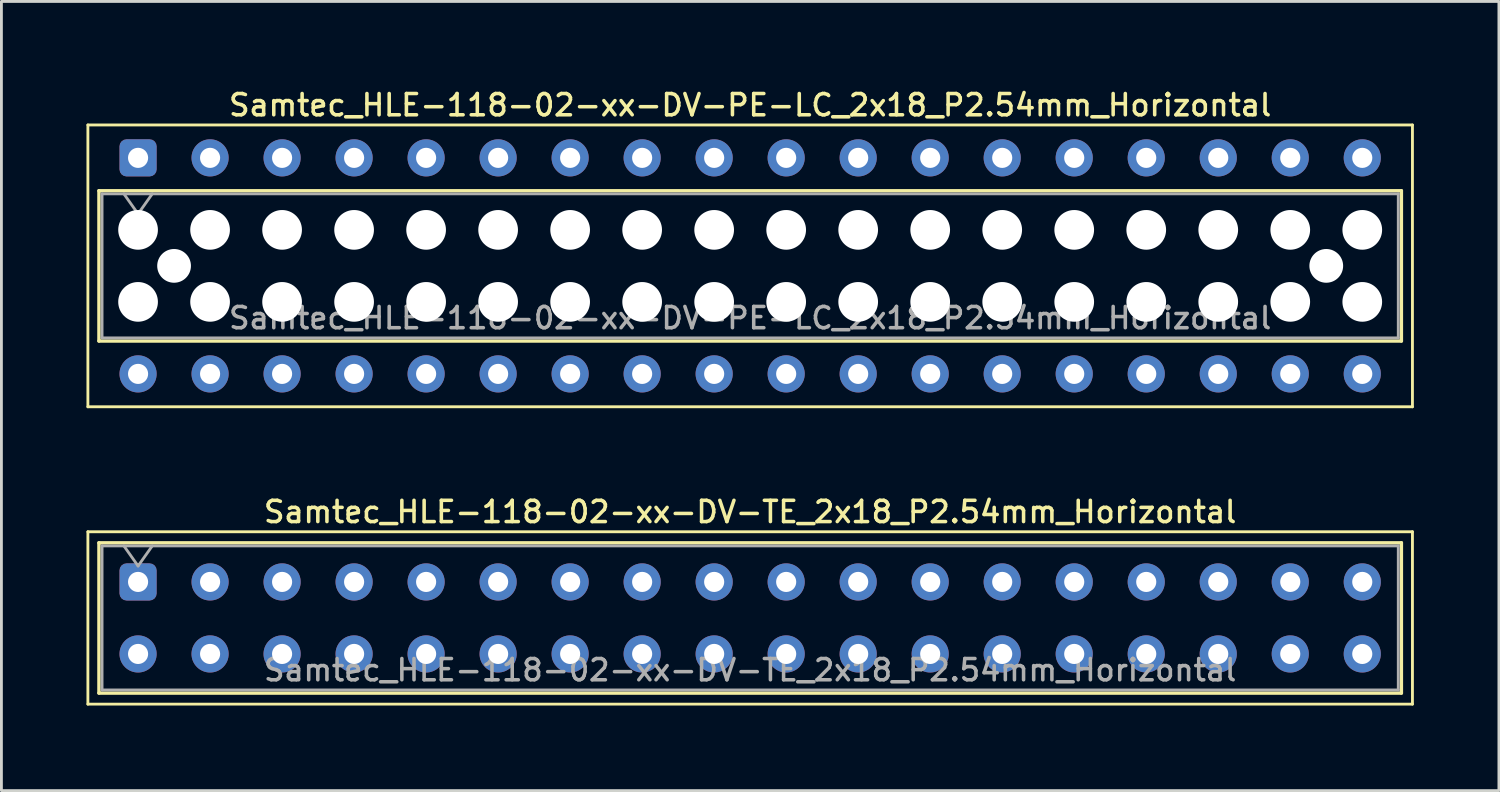
<source format=kicad_pcb>
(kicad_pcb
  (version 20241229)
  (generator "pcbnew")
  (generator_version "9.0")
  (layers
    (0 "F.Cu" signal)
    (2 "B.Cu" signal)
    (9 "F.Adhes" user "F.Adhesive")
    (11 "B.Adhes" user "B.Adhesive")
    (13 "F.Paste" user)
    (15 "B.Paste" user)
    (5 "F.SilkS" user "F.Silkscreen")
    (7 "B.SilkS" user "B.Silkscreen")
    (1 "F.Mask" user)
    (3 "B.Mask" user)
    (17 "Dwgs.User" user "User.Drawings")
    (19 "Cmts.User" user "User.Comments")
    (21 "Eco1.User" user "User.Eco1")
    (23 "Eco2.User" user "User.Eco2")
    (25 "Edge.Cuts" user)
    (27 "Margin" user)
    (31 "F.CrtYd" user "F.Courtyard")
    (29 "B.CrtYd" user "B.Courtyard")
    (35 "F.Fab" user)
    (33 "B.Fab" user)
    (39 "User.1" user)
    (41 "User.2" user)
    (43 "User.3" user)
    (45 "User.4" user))
  (footprint "Samtec_HLE-118-02-xx-DV-TE_2x18_P2.54mm_Horizontal"
    (layer "F.Cu")
    (at 1.82 17.476)
    (property "Reference" "Samtec_HLE-118-02-xx-DV-TE_2x18_P2.54mm_Horizontal" (at 21.59 -2.47 0) (layer "F.SilkS") (effects (font (size 0.75 0.75) (thickness 0.125))))
    (attr through_hole)
    (fp_line (start -1.77 -1.77) (end 44.95 -1.77) (stroke (width 0.1) (type solid)) (layer "F.SilkS"))
    (fp_line (start -1.77 4.31) (end -1.77 -1.77) (stroke (width 0.1) (type solid)) (layer "F.SilkS"))
    (fp_line (start -1.38 -1.38) (end 44.56 -1.38) (stroke (width 0.12) (type solid)) (layer "F.SilkS"))
    (fp_line (start -1.38 3.92) (end -1.38 -1.38) (stroke (width 0.12) (type solid)) (layer "F.SilkS"))
    (fp_line (start 44.56 -1.38) (end 44.56 3.92) (stroke (width 0.12) (type solid)) (layer "F.SilkS"))
    (fp_line (start 44.56 3.92) (end -1.38 3.92) (stroke (width 0.12) (type solid)) (layer "F.SilkS"))
    (fp_line (start 44.95 -1.77) (end 44.95 4.31) (stroke (width 0.1) (type solid)) (layer "F.SilkS"))
    (fp_line (start 44.95 4.31) (end -1.77 4.31) (stroke (width 0.1) (type solid)) (layer "F.SilkS"))
    (fp_line (start -1.27 -1.27) (end 44.45 -1.27) (stroke (width 0.1) (type solid)) (layer "F.Fab"))
    (fp_line (start -1.27 3.81) (end -1.27 -1.27) (stroke (width 0.1) (type solid)) (layer "F.Fab"))
    (fp_line (start -0.5 -1.27) (end 0 -0.563) (stroke (width 0.1) (type solid)) (layer "F.Fab"))
    (fp_line (start 0 -0.563) (end 0.5 -1.27) (stroke (width 0.1) (type solid)) (layer "F.Fab"))
    (fp_line (start 44.45 -1.27) (end 44.45 3.81) (stroke (width 0.1) (type solid)) (layer "F.Fab"))
    (fp_line (start 44.45 3.81) (end -1.27 3.81) (stroke (width 0.1) (type solid)) (layer "F.Fab"))
    (fp_text user "${REFERENCE}" (at 21.59 3.11 0) (layer "F.Fab") (effects (font (size 0.75 0.75) (thickness 0.125))))
    (pad "1" thru_hole roundrect (at 0 0) (size 1.31 1.31) (drill 0.71) (layers "*.Cu" "*.Mask") (roundrect_rratio 0.191))
    (pad "2" thru_hole circle (at 0 2.54) (size 1.31 1.31) (drill 0.71) (layers "*.Cu" "*.Mask"))
    (pad "3" thru_hole circle (at 2.54 0) (size 1.31 1.31) (drill 0.71) (layers "*.Cu" "*.Mask"))
    (pad "4" thru_hole circle (at 2.54 2.54) (size 1.31 1.31) (drill 0.71) (layers "*.Cu" "*.Mask"))
    (pad "5" thru_hole circle (at 5.08 0) (size 1.31 1.31) (drill 0.71) (layers "*.Cu" "*.Mask"))
    (pad "6" thru_hole circle (at 5.08 2.54) (size 1.31 1.31) (drill 0.71) (layers "*.Cu" "*.Mask"))
    (pad "7" thru_hole circle (at 7.62 0) (size 1.31 1.31) (drill 0.71) (layers "*.Cu" "*.Mask"))
    (pad "8" thru_hole circle (at 7.62 2.54) (size 1.31 1.31) (drill 0.71) (layers "*.Cu" "*.Mask"))
    (pad "9" thru_hole circle (at 10.16 0) (size 1.31 1.31) (drill 0.71) (layers "*.Cu" "*.Mask"))
    (pad "10" thru_hole circle (at 10.16 2.54) (size 1.31 1.31) (drill 0.71) (layers "*.Cu" "*.Mask"))
    (pad "11" thru_hole circle (at 12.7 0) (size 1.31 1.31) (drill 0.71) (layers "*.Cu" "*.Mask"))
    (pad "12" thru_hole circle (at 12.7 2.54) (size 1.31 1.31) (drill 0.71) (layers "*.Cu" "*.Mask"))
    (pad "13" thru_hole circle (at 15.24 0) (size 1.31 1.31) (drill 0.71) (layers "*.Cu" "*.Mask"))
    (pad "14" thru_hole circle (at 15.24 2.54) (size 1.31 1.31) (drill 0.71) (layers "*.Cu" "*.Mask"))
    (pad "15" thru_hole circle (at 17.78 0) (size 1.31 1.31) (drill 0.71) (layers "*.Cu" "*.Mask"))
    (pad "16" thru_hole circle (at 17.78 2.54) (size 1.31 1.31) (drill 0.71) (layers "*.Cu" "*.Mask"))
    (pad "17" thru_hole circle (at 20.32 0) (size 1.31 1.31) (drill 0.71) (layers "*.Cu" "*.Mask"))
    (pad "18" thru_hole circle (at 20.32 2.54) (size 1.31 1.31) (drill 0.71) (layers "*.Cu" "*.Mask"))
    (pad "19" thru_hole circle (at 22.86 0) (size 1.31 1.31) (drill 0.71) (layers "*.Cu" "*.Mask"))
    (pad "20" thru_hole circle (at 22.86 2.54) (size 1.31 1.31) (drill 0.71) (layers "*.Cu" "*.Mask"))
    (pad "21" thru_hole circle (at 25.4 0) (size 1.31 1.31) (drill 0.71) (layers "*.Cu" "*.Mask"))
    (pad "22" thru_hole circle (at 25.4 2.54) (size 1.31 1.31) (drill 0.71) (layers "*.Cu" "*.Mask"))
    (pad "23" thru_hole circle (at 27.94 0) (size 1.31 1.31) (drill 0.71) (layers "*.Cu" "*.Mask"))
    (pad "24" thru_hole circle (at 27.94 2.54) (size 1.31 1.31) (drill 0.71) (layers "*.Cu" "*.Mask"))
    (pad "25" thru_hole circle (at 30.48 0) (size 1.31 1.31) (drill 0.71) (layers "*.Cu" "*.Mask"))
    (pad "26" thru_hole circle (at 30.48 2.54) (size 1.31 1.31) (drill 0.71) (layers "*.Cu" "*.Mask"))
    (pad "27" thru_hole circle (at 33.02 0) (size 1.31 1.31) (drill 0.71) (layers "*.Cu" "*.Mask"))
    (pad "28" thru_hole circle (at 33.02 2.54) (size 1.31 1.31) (drill 0.71) (layers "*.Cu" "*.Mask"))
    (pad "29" thru_hole circle (at 35.56 0) (size 1.31 1.31) (drill 0.71) (layers "*.Cu" "*.Mask"))
    (pad "30" thru_hole circle (at 35.56 2.54) (size 1.31 1.31) (drill 0.71) (layers "*.Cu" "*.Mask"))
    (pad "31" thru_hole circle (at 38.1 0) (size 1.31 1.31) (drill 0.71) (layers "*.Cu" "*.Mask"))
    (pad "32" thru_hole circle (at 38.1 2.54) (size 1.31 1.31) (drill 0.71) (layers "*.Cu" "*.Mask"))
    (pad "33" thru_hole circle (at 40.64 0) (size 1.31 1.31) (drill 0.71) (layers "*.Cu" "*.Mask"))
    (pad "34" thru_hole circle (at 40.64 2.54) (size 1.31 1.31) (drill 0.71) (layers "*.Cu" "*.Mask"))
    (pad "35" thru_hole circle (at 43.18 0) (size 1.31 1.31) (drill 0.71) (layers "*.Cu" "*.Mask"))
    (pad "36" thru_hole circle (at 43.18 2.54) (size 1.31 1.31) (drill 0.71) (layers "*.Cu" "*.Mask")))
  (footprint "Samtec_HLE-118-02-xx-DV-PE-LC_2x18_P2.54mm_Horizontal"
    (layer "F.Cu")
    (at 1.82 2.518)
    (property "Reference" "Samtec_HLE-118-02-xx-DV-PE-LC_2x18_P2.54mm_Horizontal" (at 21.59 -1.86 0) (layer "F.SilkS") (effects (font (size 0.75 0.75) (thickness 0.125))))
    (attr through_hole)
    (fp_line (start -1.77 -1.16) (end 44.95 -1.16) (stroke (width 0.1) (type solid)) (layer "F.SilkS"))
    (fp_line (start -1.77 8.78) (end -1.77 -1.16) (stroke (width 0.1) (type solid)) (layer "F.SilkS"))
    (fp_line (start -1.38 1.16) (end 44.56 1.16) (stroke (width 0.12) (type solid)) (layer "F.SilkS"))
    (fp_line (start -1.38 6.46) (end -1.38 1.16) (stroke (width 0.12) (type solid)) (layer "F.SilkS"))
    (fp_line (start 44.56 1.16) (end 44.56 6.46) (stroke (width 0.12) (type solid)) (layer "F.SilkS"))
    (fp_line (start 44.56 6.46) (end -1.38 6.46) (stroke (width 0.12) (type solid)) (layer "F.SilkS"))
    (fp_line (start 44.95 -1.16) (end 44.95 8.78) (stroke (width 0.1) (type solid)) (layer "F.SilkS"))
    (fp_line (start 44.95 8.78) (end -1.77 8.78) (stroke (width 0.1) (type solid)) (layer "F.SilkS"))
    (fp_line (start -1.27 1.27) (end 44.45 1.27) (stroke (width 0.1) (type solid)) (layer "F.Fab"))
    (fp_line (start -1.27 6.35) (end -1.27 1.27) (stroke (width 0.1) (type solid)) (layer "F.Fab"))
    (fp_line (start -0.5 1.27) (end 0 1.977) (stroke (width 0.1) (type solid)) (layer "F.Fab"))
    (fp_line (start 0 1.977) (end 0.5 1.27) (stroke (width 0.1) (type solid)) (layer "F.Fab"))
    (fp_line (start 44.45 1.27) (end 44.45 6.35) (stroke (width 0.1) (type solid)) (layer "F.Fab"))
    (fp_line (start 44.45 6.35) (end -1.27 6.35) (stroke (width 0.1) (type solid)) (layer "F.Fab"))
    (fp_text user "${REFERENCE}" (at 21.59 5.65 0) (layer "F.Fab") (effects (font (size 0.75 0.75) (thickness 0.125))))
    (pad "" np_thru_hole circle (at 0 2.54) (size 1.4 1.4) (drill 1.4) (layers "*.Cu" "*.Mask"))
    (pad "" np_thru_hole circle (at 0 5.08) (size 1.4 1.4) (drill 1.4) (layers "*.Cu" "*.Mask"))
    (pad "" np_thru_hole circle (at 1.27 3.81) (size 1.19 1.19) (drill 1.19) (layers "*.Cu" "*.Mask"))
    (pad "" np_thru_hole circle (at 2.54 2.54) (size 1.4 1.4) (drill 1.4) (layers "*.Cu" "*.Mask"))
    (pad "" np_thru_hole circle (at 2.54 5.08) (size 1.4 1.4) (drill 1.4) (layers "*.Cu" "*.Mask"))
    (pad "" np_thru_hole circle (at 5.08 2.54) (size 1.4 1.4) (drill 1.4) (layers "*.Cu" "*.Mask"))
    (pad "" np_thru_hole circle (at 5.08 5.08) (size 1.4 1.4) (drill 1.4) (layers "*.Cu" "*.Mask"))
    (pad "" np_thru_hole circle (at 7.62 2.54) (size 1.4 1.4) (drill 1.4) (layers "*.Cu" "*.Mask"))
    (pad "" np_thru_hole circle (at 7.62 5.08) (size 1.4 1.4) (drill 1.4) (layers "*.Cu" "*.Mask"))
    (pad "" np_thru_hole circle (at 10.16 2.54) (size 1.4 1.4) (drill 1.4) (layers "*.Cu" "*.Mask"))
    (pad "" np_thru_hole circle (at 10.16 5.08) (size 1.4 1.4) (drill 1.4) (layers "*.Cu" "*.Mask"))
    (pad "" np_thru_hole circle (at 12.7 2.54) (size 1.4 1.4) (drill 1.4) (layers "*.Cu" "*.Mask"))
    (pad "" np_thru_hole circle (at 12.7 5.08) (size 1.4 1.4) (drill 1.4) (layers "*.Cu" "*.Mask"))
    (pad "" np_thru_hole circle (at 15.24 2.54) (size 1.4 1.4) (drill 1.4) (layers "*.Cu" "*.Mask"))
    (pad "" np_thru_hole circle (at 15.24 5.08) (size 1.4 1.4) (drill 1.4) (layers "*.Cu" "*.Mask"))
    (pad "" np_thru_hole circle (at 17.78 2.54) (size 1.4 1.4) (drill 1.4) (layers "*.Cu" "*.Mask"))
    (pad "" np_thru_hole circle (at 17.78 5.08) (size 1.4 1.4) (drill 1.4) (layers "*.Cu" "*.Mask"))
    (pad "" np_thru_hole circle (at 20.32 2.54) (size 1.4 1.4) (drill 1.4) (layers "*.Cu" "*.Mask"))
    (pad "" np_thru_hole circle (at 20.32 5.08) (size 1.4 1.4) (drill 1.4) (layers "*.Cu" "*.Mask"))
    (pad "" np_thru_hole circle (at 22.86 2.54) (size 1.4 1.4) (drill 1.4) (layers "*.Cu" "*.Mask"))
    (pad "" np_thru_hole circle (at 22.86 5.08) (size 1.4 1.4) (drill 1.4) (layers "*.Cu" "*.Mask"))
    (pad "" np_thru_hole circle (at 25.4 2.54) (size 1.4 1.4) (drill 1.4) (layers "*.Cu" "*.Mask"))
    (pad "" np_thru_hole circle (at 25.4 5.08) (size 1.4 1.4) (drill 1.4) (layers "*.Cu" "*.Mask"))
    (pad "" np_thru_hole circle (at 27.94 2.54) (size 1.4 1.4) (drill 1.4) (layers "*.Cu" "*.Mask"))
    (pad "" np_thru_hole circle (at 27.94 5.08) (size 1.4 1.4) (drill 1.4) (layers "*.Cu" "*.Mask"))
    (pad "" np_thru_hole circle (at 30.48 2.54) (size 1.4 1.4) (drill 1.4) (layers "*.Cu" "*.Mask"))
    (pad "" np_thru_hole circle (at 30.48 5.08) (size 1.4 1.4) (drill 1.4) (layers "*.Cu" "*.Mask"))
    (pad "" np_thru_hole circle (at 33.02 2.54) (size 1.4 1.4) (drill 1.4) (layers "*.Cu" "*.Mask"))
    (pad "" np_thru_hole circle (at 33.02 5.08) (size 1.4 1.4) (drill 1.4) (layers "*.Cu" "*.Mask"))
    (pad "" np_thru_hole circle (at 35.56 2.54) (size 1.4 1.4) (drill 1.4) (layers "*.Cu" "*.Mask"))
    (pad "" np_thru_hole circle (at 35.56 5.08) (size 1.4 1.4) (drill 1.4) (layers "*.Cu" "*.Mask"))
    (pad "" np_thru_hole circle (at 38.1 2.54) (size 1.4 1.4) (drill 1.4) (layers "*.Cu" "*.Mask"))
    (pad "" np_thru_hole circle (at 38.1 5.08) (size 1.4 1.4) (drill 1.4) (layers "*.Cu" "*.Mask"))
    (pad "" np_thru_hole circle (at 40.64 2.54) (size 1.4 1.4) (drill 1.4) (layers "*.Cu" "*.Mask"))
    (pad "" np_thru_hole circle (at 40.64 5.08) (size 1.4 1.4) (drill 1.4) (layers "*.Cu" "*.Mask"))
    (pad "" np_thru_hole circle (at 41.91 3.81) (size 1.19 1.19) (drill 1.19) (layers "*.Cu" "*.Mask"))
    (pad "" np_thru_hole circle (at 43.18 2.54) (size 1.4 1.4) (drill 1.4) (layers "*.Cu" "*.Mask"))
    (pad "" np_thru_hole circle (at 43.18 5.08) (size 1.4 1.4) (drill 1.4) (layers "*.Cu" "*.Mask"))
    (pad "1" thru_hole roundrect (at 0 0) (size 1.31 1.31) (drill 0.71) (layers "*.Cu" "*.Mask") (roundrect_rratio 0.191))
    (pad "2" thru_hole circle (at 0 7.62) (size 1.31 1.31) (drill 0.71) (layers "*.Cu" "*.Mask"))
    (pad "3" thru_hole circle (at 2.54 0) (size 1.31 1.31) (drill 0.71) (layers "*.Cu" "*.Mask"))
    (pad "4" thru_hole circle (at 2.54 7.62) (size 1.31 1.31) (drill 0.71) (layers "*.Cu" "*.Mask"))
    (pad "5" thru_hole circle (at 5.08 0) (size 1.31 1.31) (drill 0.71) (layers "*.Cu" "*.Mask"))
    (pad "6" thru_hole circle (at 5.08 7.62) (size 1.31 1.31) (drill 0.71) (layers "*.Cu" "*.Mask"))
    (pad "7" thru_hole circle (at 7.62 0) (size 1.31 1.31) (drill 0.71) (layers "*.Cu" "*.Mask"))
    (pad "8" thru_hole circle (at 7.62 7.62) (size 1.31 1.31) (drill 0.71) (layers "*.Cu" "*.Mask"))
    (pad "9" thru_hole circle (at 10.16 0) (size 1.31 1.31) (drill 0.71) (layers "*.Cu" "*.Mask"))
    (pad "10" thru_hole circle (at 10.16 7.62) (size 1.31 1.31) (drill 0.71) (layers "*.Cu" "*.Mask"))
    (pad "11" thru_hole circle (at 12.7 0) (size 1.31 1.31) (drill 0.71) (layers "*.Cu" "*.Mask"))
    (pad "12" thru_hole circle (at 12.7 7.62) (size 1.31 1.31) (drill 0.71) (layers "*.Cu" "*.Mask"))
    (pad "13" thru_hole circle (at 15.24 0) (size 1.31 1.31) (drill 0.71) (layers "*.Cu" "*.Mask"))
    (pad "14" thru_hole circle (at 15.24 7.62) (size 1.31 1.31) (drill 0.71) (layers "*.Cu" "*.Mask"))
    (pad "15" thru_hole circle (at 17.78 0) (size 1.31 1.31) (drill 0.71) (layers "*.Cu" "*.Mask"))
    (pad "16" thru_hole circle (at 17.78 7.62) (size 1.31 1.31) (drill 0.71) (layers "*.Cu" "*.Mask"))
    (pad "17" thru_hole circle (at 20.32 0) (size 1.31 1.31) (drill 0.71) (layers "*.Cu" "*.Mask"))
    (pad "18" thru_hole circle (at 20.32 7.62) (size 1.31 1.31) (drill 0.71) (layers "*.Cu" "*.Mask"))
    (pad "19" thru_hole circle (at 22.86 0) (size 1.31 1.31) (drill 0.71) (layers "*.Cu" "*.Mask"))
    (pad "20" thru_hole circle (at 22.86 7.62) (size 1.31 1.31) (drill 0.71) (layers "*.Cu" "*.Mask"))
    (pad "21" thru_hole circle (at 25.4 0) (size 1.31 1.31) (drill 0.71) (layers "*.Cu" "*.Mask"))
    (pad "22" thru_hole circle (at 25.4 7.62) (size 1.31 1.31) (drill 0.71) (layers "*.Cu" "*.Mask"))
    (pad "23" thru_hole circle (at 27.94 0) (size 1.31 1.31) (drill 0.71) (layers "*.Cu" "*.Mask"))
    (pad "24" thru_hole circle (at 27.94 7.62) (size 1.31 1.31) (drill 0.71) (layers "*.Cu" "*.Mask"))
    (pad "25" thru_hole circle (at 30.48 0) (size 1.31 1.31) (drill 0.71) (layers "*.Cu" "*.Mask"))
    (pad "26" thru_hole circle (at 30.48 7.62) (size 1.31 1.31) (drill 0.71) (layers "*.Cu" "*.Mask"))
    (pad "27" thru_hole circle (at 33.02 0) (size 1.31 1.31) (drill 0.71) (layers "*.Cu" "*.Mask"))
    (pad "28" thru_hole circle (at 33.02 7.62) (size 1.31 1.31) (drill 0.71) (layers "*.Cu" "*.Mask"))
    (pad "29" thru_hole circle (at 35.56 0) (size 1.31 1.31) (drill 0.71) (layers "*.Cu" "*.Mask"))
    (pad "30" thru_hole circle (at 35.56 7.62) (size 1.31 1.31) (drill 0.71) (layers "*.Cu" "*.Mask"))
    (pad "31" thru_hole circle (at 38.1 0) (size 1.31 1.31) (drill 0.71) (layers "*.Cu" "*.Mask"))
    (pad "32" thru_hole circle (at 38.1 7.62) (size 1.31 1.31) (drill 0.71) (layers "*.Cu" "*.Mask"))
    (pad "33" thru_hole circle (at 40.64 0) (size 1.31 1.31) (drill 0.71) (layers "*.Cu" "*.Mask"))
    (pad "34" thru_hole circle (at 40.64 7.62) (size 1.31 1.31) (drill 0.71) (layers "*.Cu" "*.Mask"))
    (pad "35" thru_hole circle (at 43.18 0) (size 1.31 1.31) (drill 0.71) (layers "*.Cu" "*.Mask"))
    (pad "36" thru_hole circle (at 43.18 7.62) (size 1.31 1.31) (drill 0.71) (layers "*.Cu" "*.Mask")))
  (gr_rect
    (start -3 -3)
    (end 49.82 24.836)
    (stroke (width 0.1) (type default))
    (fill no)
    (layer "Edge.Cuts")))
</source>
